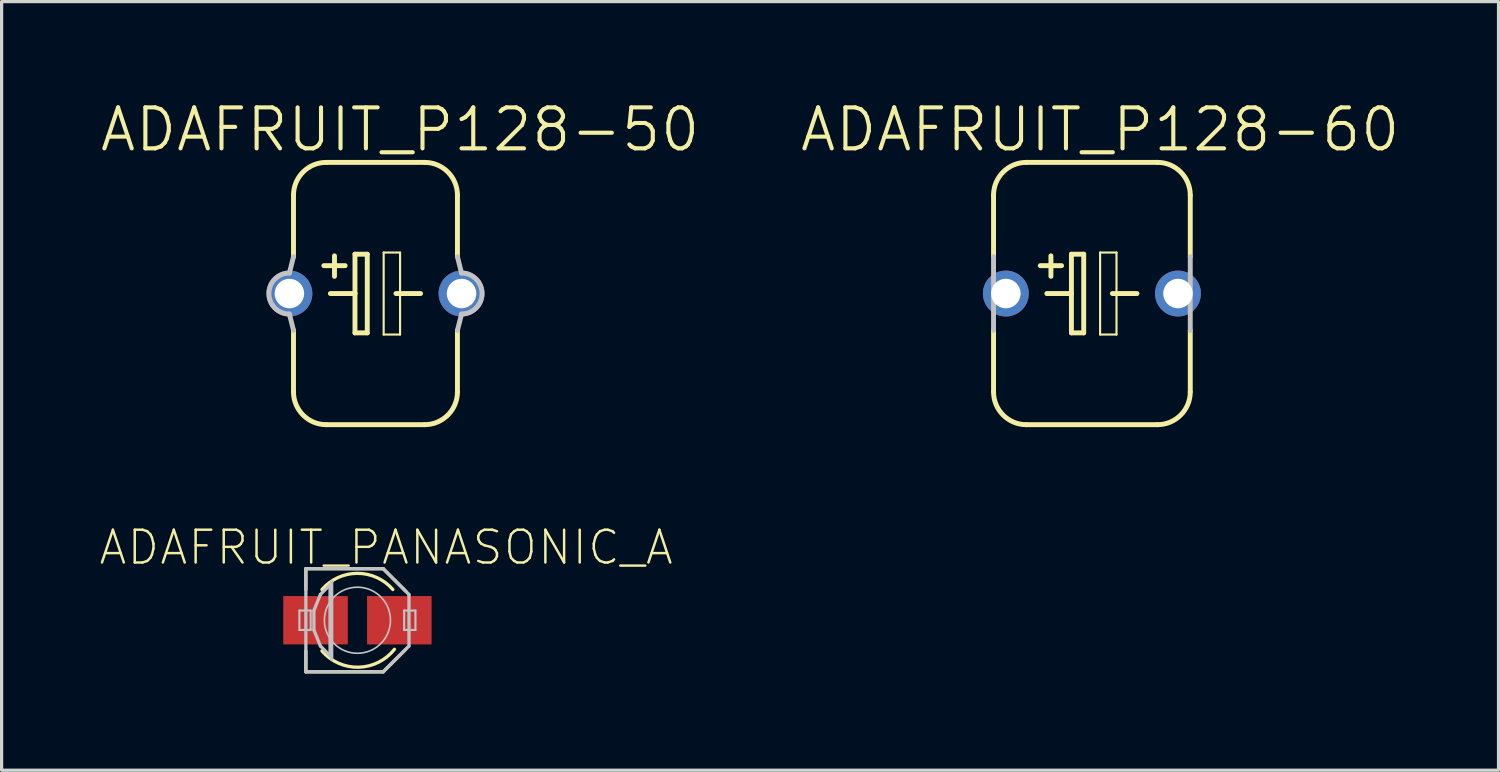
<source format=kicad_pcb>
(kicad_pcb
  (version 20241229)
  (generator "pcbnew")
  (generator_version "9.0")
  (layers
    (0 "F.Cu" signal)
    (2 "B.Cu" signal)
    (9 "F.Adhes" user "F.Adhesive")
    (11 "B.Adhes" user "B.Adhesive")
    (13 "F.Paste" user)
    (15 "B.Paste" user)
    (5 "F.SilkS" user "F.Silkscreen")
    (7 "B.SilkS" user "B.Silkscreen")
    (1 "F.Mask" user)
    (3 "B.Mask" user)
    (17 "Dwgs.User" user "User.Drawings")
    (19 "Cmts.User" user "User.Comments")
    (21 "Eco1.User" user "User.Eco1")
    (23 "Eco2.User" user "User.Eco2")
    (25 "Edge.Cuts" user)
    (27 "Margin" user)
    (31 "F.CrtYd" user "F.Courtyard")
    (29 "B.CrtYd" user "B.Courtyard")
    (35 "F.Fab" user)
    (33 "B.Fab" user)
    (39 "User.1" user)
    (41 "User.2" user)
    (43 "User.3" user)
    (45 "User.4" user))
  (footprint "ADAFRUIT_PANASONIC_A"
    (layer "F.Cu")
    (at 8.026 16.17)
    (property "Reference" "ADAFRUIT_PANASONIC_A" (at 0.889 -2.256 0) (layer "F.SilkS") (effects (font (size 1.016 1.016) (thickness 0.076))))
    (attr smd)
    (fp_line (start -1.598 -1.598) (end 0.798 -1.598) (stroke (width 0.102) (type solid)) (layer "F.SilkS"))
    (fp_line (start -1.598 -0.95) (end -1.598 -1.598) (stroke (width 0.102) (type solid)) (layer "F.SilkS"))
    (fp_line (start -1.598 1.598) (end -1.598 0.95) (stroke (width 0.102) (type solid)) (layer "F.SilkS"))
    (fp_line (start 0.798 -1.598) (end 1.499 -0.899) (stroke (width 0.102) (type solid)) (layer "F.SilkS"))
    (fp_line (start 0.798 1.598) (end -1.598 1.598) (stroke (width 0.102) (type solid)) (layer "F.SilkS"))
    (fp_line (start 1.499 0.899) (end 0.798 1.598) (stroke (width 0.102) (type solid)) (layer "F.SilkS"))
    (fp_arc (start -1.09982 -0.94996) (mid -0.000798 -1.453282) (end 1.098776 -0.951168) (stroke (width 0.1016) (type solid)) (layer "F.SilkS"))
    (fp_arc (start 1.14808 0.89916) (mid 0.036109 1.455893) (end -1.100341 0.951002) (stroke (width 0.1016) (type solid)) (layer "F.SilkS"))
    (fp_line (start -1.798 -0.3) (end -1.448 -0.3) (stroke (width 0.066) (type solid)) (layer "Dwgs.User"))
    (fp_line (start -1.798 0.3) (end -1.798 -0.3) (stroke (width 0.066) (type solid)) (layer "Dwgs.User"))
    (fp_line (start -1.798 0.3) (end -1.448 0.3) (stroke (width 0.066) (type solid)) (layer "Dwgs.User"))
    (fp_line (start -1.598 -1.598) (end 0.798 -1.598) (stroke (width 0.102) (type solid)) (layer "Dwgs.User"))
    (fp_line (start -1.598 1.598) (end -1.598 -1.598) (stroke (width 0.102) (type solid)) (layer "Dwgs.User"))
    (fp_line (start -1.448 0.3) (end -1.448 -0.3) (stroke (width 0.066) (type solid)) (layer "Dwgs.User"))
    (fp_line (start -1.349 -0.3) (end -1.349 0.3) (stroke (width 0.102) (type solid)) (layer "Dwgs.User"))
    (fp_line (start -1.349 0.3) (end -1.148 0.798) (stroke (width 0.102) (type solid)) (layer "Dwgs.User"))
    (fp_line (start -1.148 -0.798) (end -1.349 -0.3) (stroke (width 0.102) (type solid)) (layer "Dwgs.User"))
    (fp_line (start -1.148 0.798) (end -0.848 1.1) (stroke (width 0.102) (type solid)) (layer "Dwgs.User"))
    (fp_line (start -0.848 -1.1) (end -1.148 -0.798) (stroke (width 0.102) (type solid)) (layer "Dwgs.User"))
    (fp_line (start -0.848 -1.049) (end -0.848 -1.1) (stroke (width 0.102) (type solid)) (layer "Dwgs.User"))
    (fp_line (start -0.848 1.1) (end -0.848 -1.049) (stroke (width 0.102) (type solid)) (layer "Dwgs.User"))
    (fp_line (start -0.798 -1.199) (end -0.798 1.199) (stroke (width 0.102) (type solid)) (layer "Dwgs.User"))
    (fp_line (start 0.798 -1.598) (end 1.598 -0.798) (stroke (width 0.102) (type solid)) (layer "Dwgs.User"))
    (fp_line (start 0.798 1.598) (end -1.598 1.598) (stroke (width 0.102) (type solid)) (layer "Dwgs.User"))
    (fp_line (start 1.448 -0.3) (end 1.798 -0.3) (stroke (width 0.066) (type solid)) (layer "Dwgs.User"))
    (fp_line (start 1.448 0.3) (end 1.448 -0.3) (stroke (width 0.066) (type solid)) (layer "Dwgs.User"))
    (fp_line (start 1.448 0.3) (end 1.798 0.3) (stroke (width 0.066) (type solid)) (layer "Dwgs.User"))
    (fp_line (start 1.598 -0.798) (end 1.598 0.798) (stroke (width 0.102) (type solid)) (layer "Dwgs.User"))
    (fp_line (start 1.598 0.798) (end 0.798 1.598) (stroke (width 0.102) (type solid)) (layer "Dwgs.User"))
    (fp_line (start 1.798 0.3) (end 1.798 -0.3) (stroke (width 0.066) (type solid)) (layer "Dwgs.User"))
    (fp_circle (center 0 0) (end -0.724 0.724) (stroke (width 0.051) (type solid)) (fill no) (layer "Dwgs.User"))
    (pad "+" smd rect (at 1.298 0) (size 1.999 1.499) (layers "F.Cu" "F.Mask" "F.Paste"))
    (pad "-" smd rect (at -1.298 0) (size 1.999 1.499) (layers "F.Cu" "F.Mask" "F.Paste")))
  (footprint "ADAFRUIT_P128-60"
    (layer "F.Cu")
    (at 30.786 6.046)
    (property "Reference" "ADAFRUIT_P128-60" (at 0.254 -5.08 0) (layer "F.SilkS") (effects (font (size 1.27 1.27) (thickness 0.127))))
    (attr exclude_from_pos_files exclude_from_bom)
    (fp_line (start -3.048 -3.048) (end -3.048 -1.143) (stroke (width 0.152) (type solid)) (layer "F.SilkS"))
    (fp_line (start -3.048 1.143) (end -3.048 3.048) (stroke (width 0.152) (type solid)) (layer "F.SilkS"))
    (fp_line (start -2.032 4.064) (end 2.032 4.064) (stroke (width 0.152) (type solid)) (layer "F.SilkS"))
    (fp_line (start -1.397 0) (end -0.635 0) (stroke (width 0.152) (type solid)) (layer "F.SilkS"))
    (fp_line (start -1.27 -1.168) (end -1.27 -0.533) (stroke (width 0.152) (type solid)) (layer "F.SilkS"))
    (fp_line (start -0.94 -0.864) (end -1.6 -0.864) (stroke (width 0.152) (type solid)) (layer "F.SilkS"))
    (fp_line (start -0.635 -1.219) (end -0.635 0) (stroke (width 0.152) (type solid)) (layer "F.SilkS"))
    (fp_line (start -0.635 0) (end -0.635 1.219) (stroke (width 0.152) (type solid)) (layer "F.SilkS"))
    (fp_line (start -0.635 1.219) (end -0.254 1.219) (stroke (width 0.152) (type solid)) (layer "F.SilkS"))
    (fp_line (start -0.254 -1.219) (end -0.635 -1.219) (stroke (width 0.152) (type solid)) (layer "F.SilkS"))
    (fp_line (start -0.254 1.219) (end -0.254 -1.219) (stroke (width 0.152) (type solid)) (layer "F.SilkS"))
    (fp_line (start 0.254 -1.27) (end 0.762 -1.27) (stroke (width 0.066) (type solid)) (layer "F.SilkS"))
    (fp_line (start 0.254 1.27) (end 0.254 -1.27) (stroke (width 0.066) (type solid)) (layer "F.SilkS"))
    (fp_line (start 0.254 1.27) (end 0.762 1.27) (stroke (width 0.066) (type solid)) (layer "F.SilkS"))
    (fp_line (start 0.635 0) (end 1.397 0) (stroke (width 0.152) (type solid)) (layer "F.SilkS"))
    (fp_line (start 0.762 1.27) (end 0.762 -1.27) (stroke (width 0.066) (type solid)) (layer "F.SilkS"))
    (fp_line (start 2.032 -4.064) (end -2.032 -4.064) (stroke (width 0.152) (type solid)) (layer "F.SilkS"))
    (fp_line (start 3.048 -3.048) (end 3.048 -1.143) (stroke (width 0.152) (type solid)) (layer "F.SilkS"))
    (fp_line (start 3.048 1.143) (end 3.048 3.048) (stroke (width 0.152) (type solid)) (layer "F.SilkS"))
    (fp_arc (start -3.048 -3.048) (mid -2.75042 -3.76642) (end -2.032 -4.064) (stroke (width 0.1524) (type solid)) (layer "F.SilkS"))
    (fp_arc (start -2.032 4.064) (mid -2.75042 3.76642) (end -3.048 3.048) (stroke (width 0.1524) (type solid)) (layer "F.SilkS"))
    (fp_arc (start 2.032 -4.064) (mid 2.75042 -3.76642) (end 3.048 -3.048) (stroke (width 0.1524) (type solid)) (layer "F.SilkS"))
    (fp_arc (start 3.048 3.048) (mid 2.75042 3.76642) (end 2.032 4.064) (stroke (width 0.1524) (type solid)) (layer "F.SilkS"))
    (fp_line (start -3.048 1.143) (end -3.048 -1.143) (stroke (width 0.152) (type solid)) (layer "Dwgs.User"))
    (fp_line (start 3.048 1.143) (end 3.048 -1.143) (stroke (width 0.152) (type solid)) (layer "Dwgs.User"))
    (pad "+" thru_hole circle (at -2.667 0) (size 1.422 1.422) (drill 0.914) (layers "*.Cu" "*.Paste" "*.Mask"))
    (pad "-" thru_hole circle (at 2.667 0) (size 1.422 1.422) (drill 0.914) (layers "*.Cu" "*.Paste" "*.Mask")))
  (footprint "ADAFRUIT_P128-50"
    (layer "F.Cu")
    (at 8.585 6.046)
    (property "Reference" "ADAFRUIT_P128-50" (at 0.762 -5.08 0) (layer "F.SilkS") (effects (font (size 1.27 1.27) (thickness 0.127))))
    (attr exclude_from_pos_files exclude_from_bom)
    (fp_line (start -2.54 -3.048) (end -2.54 -1.143) (stroke (width 0.152) (type solid)) (layer "F.SilkS"))
    (fp_line (start -2.54 1.143) (end -2.54 3.048) (stroke (width 0.152) (type solid)) (layer "F.SilkS"))
    (fp_line (start -1.524 4.064) (end 1.524 4.064) (stroke (width 0.152) (type solid)) (layer "F.SilkS"))
    (fp_line (start -1.397 0) (end -0.635 0) (stroke (width 0.152) (type solid)) (layer "F.SilkS"))
    (fp_line (start -1.27 -1.168) (end -1.27 -0.533) (stroke (width 0.152) (type solid)) (layer "F.SilkS"))
    (fp_line (start -0.94 -0.864) (end -1.6 -0.864) (stroke (width 0.152) (type solid)) (layer "F.SilkS"))
    (fp_line (start -0.635 -1.219) (end -0.635 0) (stroke (width 0.152) (type solid)) (layer "F.SilkS"))
    (fp_line (start -0.635 0) (end -0.635 1.219) (stroke (width 0.152) (type solid)) (layer "F.SilkS"))
    (fp_line (start -0.635 1.219) (end -0.254 1.219) (stroke (width 0.152) (type solid)) (layer "F.SilkS"))
    (fp_line (start -0.254 -1.219) (end -0.635 -1.219) (stroke (width 0.152) (type solid)) (layer "F.SilkS"))
    (fp_line (start -0.254 1.219) (end -0.254 -1.219) (stroke (width 0.152) (type solid)) (layer "F.SilkS"))
    (fp_line (start 0.254 -1.27) (end 0.762 -1.27) (stroke (width 0.066) (type solid)) (layer "F.SilkS"))
    (fp_line (start 0.254 1.27) (end 0.254 -1.27) (stroke (width 0.066) (type solid)) (layer "F.SilkS"))
    (fp_line (start 0.254 1.27) (end 0.762 1.27) (stroke (width 0.066) (type solid)) (layer "F.SilkS"))
    (fp_line (start 0.635 0) (end 1.397 0) (stroke (width 0.152) (type solid)) (layer "F.SilkS"))
    (fp_line (start 0.762 1.27) (end 0.762 -1.27) (stroke (width 0.066) (type solid)) (layer "F.SilkS"))
    (fp_line (start 1.524 -4.064) (end -1.524 -4.064) (stroke (width 0.152) (type solid)) (layer "F.SilkS"))
    (fp_line (start 2.54 -3.048) (end 2.54 -1.143) (stroke (width 0.152) (type solid)) (layer "F.SilkS"))
    (fp_line (start 2.54 1.143) (end 2.54 3.048) (stroke (width 0.152) (type solid)) (layer "F.SilkS"))
    (fp_arc (start -2.54 -3.048) (mid -2.24242 -3.76642) (end -1.524 -4.064) (stroke (width 0.1524) (type solid)) (layer "F.SilkS"))
    (fp_arc (start -1.524 4.064) (mid -2.24242 3.76642) (end -2.54 3.048) (stroke (width 0.1524) (type solid)) (layer "F.SilkS"))
    (fp_arc (start 1.524 -4.064) (mid 2.24242 -3.76642) (end 2.54 -3.048) (stroke (width 0.1524) (type solid)) (layer "F.SilkS"))
    (fp_arc (start 2.54 3.048) (mid 2.24242 3.76642) (end 1.524 4.064) (stroke (width 0.1524) (type solid)) (layer "F.SilkS"))
    (fp_line (start -2.667 -0.635) (end -2.54 -1.143) (stroke (width 0.152) (type solid)) (layer "Dwgs.User"))
    (fp_line (start -2.54 1.143) (end -2.667 0.635) (stroke (width 0.152) (type solid)) (layer "Dwgs.User"))
    (fp_line (start 2.54 1.143) (end 2.667 0.635) (stroke (width 0.152) (type solid)) (layer "Dwgs.User"))
    (fp_line (start 2.667 -0.635) (end 2.54 -1.143) (stroke (width 0.152) (type solid)) (layer "Dwgs.User"))
    (fp_arc (start -2.667 0.635) (mid -3.302 0) (end -2.667 -0.635) (stroke (width 0.1524) (type solid)) (layer "Dwgs.User"))
    (fp_arc (start 2.667 -0.635) (mid 3.302 0) (end 2.667 0.635) (stroke (width 0.1524) (type solid)) (layer "Dwgs.User"))
    (pad "+" thru_hole circle (at -2.667 0) (size 1.422 1.422) (drill 0.914) (layers "*.Cu" "*.Paste" "*.Mask"))
    (pad "-" thru_hole circle (at 2.667 0) (size 1.422 1.422) (drill 0.914) (layers "*.Cu" "*.Paste" "*.Mask")))
  (gr_rect
    (start -3 -3)
    (end 43.386 20.818)
    (stroke (width 0.1) (type default))
    (fill no)
    (layer "Edge.Cuts")))
</source>
